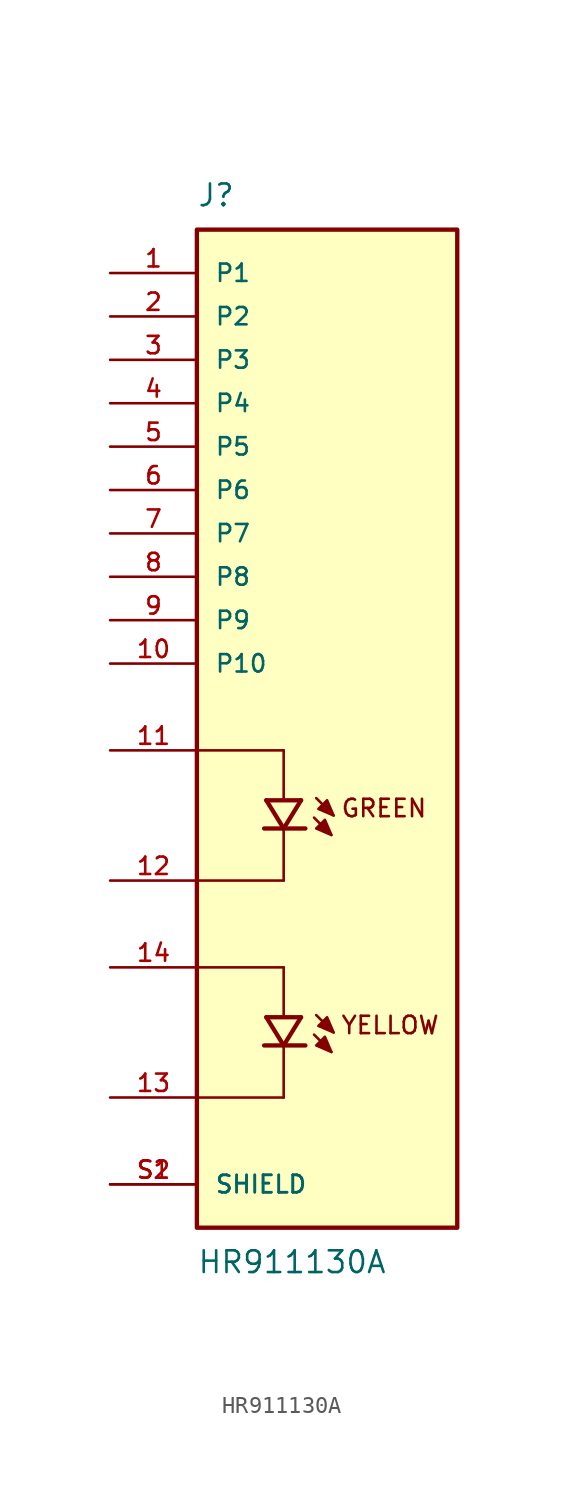
<source format=kicad_sym>
(kicad_symbol_lib
  (version 20241209)
  (generator "kicad_symbol_editor")
  (generator_version "9.0")
  (symbol "HR911130A"
    (pin_names
      (offset 1.016))
    (property "Reference" "J"
      (at -7.62 29.21 0)
      (effects (font (size 1.27 1.27)) (justify left bottom)))
    (property "Value" "HR911130A"
      (at -7.62 -31.75 0)
      (effects (font (size 1.27 1.27)) (justify left top)))
    (symbol "HR911130A_0_0"
      (polyline (pts (xy -7.62 -2.54) (xy -2.54 -2.54)) (stroke (width 0.152) (type default)) (fill (type none)))
      (polyline (pts (xy -7.62 -15.24) (xy -2.54 -15.24)) (stroke (width 0.152) (type default)) (fill (type none)))
      (rectangle (start -7.62 -30.48) (end 7.62 27.94) (stroke (width 0.254) (type default)) (fill (type background)))
      (polyline (pts (xy -3.683 -7.112) (xy -2.54 -7.112)) (stroke (width 0.254) (type default)) (fill (type none)))
      (polyline (pts (xy -3.683 -19.812) (xy -2.54 -19.812)) (stroke (width 0.254) (type default)) (fill (type none)))
      (polyline (pts (xy -3.556 -5.461) (xy -2.54 -7.112)) (stroke (width 0.254) (type default)) (fill (type none)))
      (polyline (pts (xy -3.556 -5.461) (xy -1.524 -5.461)) (stroke (width 0.254) (type default)) (fill (type none)))
      (polyline (pts (xy -3.556 -18.161) (xy -2.54 -19.812)) (stroke (width 0.254) (type default)) (fill (type none)))
      (polyline (pts (xy -3.556 -18.161) (xy -1.524 -18.161)) (stroke (width 0.254) (type default)) (fill (type none)))
      (polyline (pts (xy -2.54 -2.54) (xy -2.54 -5.334)) (stroke (width 0.152) (type default)) (fill (type none)))
      (polyline (pts (xy -2.54 -7.112) (xy -1.524 -5.461)) (stroke (width 0.254) (type default)) (fill (type none)))
      (polyline (pts (xy -2.54 -7.112) (xy -1.27 -7.112)) (stroke (width 0.254) (type default)) (fill (type none)))
      (polyline (pts (xy -2.54 -7.239) (xy -2.54 -10.16)) (stroke (width 0.152) (type default)) (fill (type none)))
      (polyline (pts (xy -2.54 -10.16) (xy -7.62 -10.16)) (stroke (width 0.152) (type default)) (fill (type none)))
      (polyline (pts (xy -2.54 -15.24) (xy -2.54 -18.034)) (stroke (width 0.152) (type default)) (fill (type none)))
      (polyline (pts (xy -2.54 -19.812) (xy -1.524 -18.161)) (stroke (width 0.254) (type default)) (fill (type none)))
      (polyline (pts (xy -2.54 -19.812) (xy -1.27 -19.812)) (stroke (width 0.254) (type default)) (fill (type none)))
      (polyline (pts (xy -2.54 -19.939) (xy -2.54 -22.86)) (stroke (width 0.152) (type default)) (fill (type none)))
      (polyline (pts (xy -2.54 -22.86) (xy -7.62 -22.86)) (stroke (width 0.152) (type default)) (fill (type none)))
      (polyline (pts (xy -0.762 -6.477) (xy 0.254 -7.493)) (stroke (width 0.152) (type default)) (fill (type none)))
      (polyline (pts (xy -0.762 -19.177) (xy 0.254 -20.193)) (stroke (width 0.152) (type default)) (fill (type none)))
      (polyline (pts (xy -0.635 -5.334) (xy 0.381 -6.35)) (stroke (width 0.152) (type default)) (fill (type none)))
      (polyline (pts (xy -0.635 -18.034) (xy 0.381 -19.05)) (stroke (width 0.152) (type default)) (fill (type none)))
      (polyline (pts (xy 0.254 -7.493) (xy -0.127 -6.604) (xy -0.635 -7.112) (xy 0.254 -7.493)) (stroke (width 0.152) (type default)) (fill (type outline)))
      (polyline (pts (xy 0.254 -20.193) (xy -0.127 -19.304) (xy -0.635 -19.812) (xy 0.254 -20.193)) (stroke (width 0.152) (type default)) (fill (type outline)))
      (polyline (pts (xy 0.381 -6.35) (xy 0 -5.461) (xy -0.508 -5.969) (xy 0.381 -6.35)) (stroke (width 0.152) (type default)) (fill (type outline)))
      (polyline (pts (xy 0.381 -19.05) (xy 0 -18.161) (xy -0.508 -18.669) (xy 0.381 -19.05)) (stroke (width 0.152) (type default)) (fill (type outline)))
      (text "GREEN" (at 0.762 -5.334 0) (effects (font (size 1.016 1.016)) (justify left top)))
      (text "YELLOW" (at 0.762 -18.034 0) (effects (font (size 1.016 1.016)) (justify left top)))
      (pin passive line (at -12.7 25.4 0) (length 5.08) (name "P1" (effects (font (size 1.016 1.016)))) (number "1" (effects (font (size 1.016 1.016)))))
      (pin passive line (at -12.7 22.86 0) (length 5.08) (name "P2" (effects (font (size 1.016 1.016)))) (number "2" (effects (font (size 1.016 1.016)))))
      (pin passive line (at -12.7 20.32 0) (length 5.08) (name "P3" (effects (font (size 1.016 1.016)))) (number "3" (effects (font (size 1.016 1.016)))))
      (pin passive line (at -12.7 17.78 0) (length 5.08) (name "P4" (effects (font (size 1.016 1.016)))) (number "4" (effects (font (size 1.016 1.016)))))
      (pin passive line (at -12.7 15.24 0) (length 5.08) (name "P5" (effects (font (size 1.016 1.016)))) (number "5" (effects (font (size 1.016 1.016)))))
      (pin passive line (at -12.7 12.7 0) (length 5.08) (name "P6" (effects (font (size 1.016 1.016)))) (number "6" (effects (font (size 1.016 1.016)))))
      (pin passive line (at -12.7 10.16 0) (length 5.08) (name "P7" (effects (font (size 1.016 1.016)))) (number "7" (effects (font (size 1.016 1.016)))))
      (pin passive line (at -12.7 7.62 0) (length 5.08) (name "P8" (effects (font (size 1.016 1.016)))) (number "8" (effects (font (size 1.016 1.016)))))
      (pin passive line (at -12.7 5.08 0) (length 5.08) (name "P9" (effects (font (size 1.016 1.016)))) (number "9" (effects (font (size 1.016 1.016)))))
      (pin passive line (at -12.7 2.54 0) (length 5.08) (name "P10" (effects (font (size 1.016 1.016)))) (number "10" (effects (font (size 1.016 1.016)))))
      (pin passive line (at -12.7 -2.54 0) (length 5.08) (name "~" (effects (font (size 1.016 1.016)))) (number "11" (effects (font (size 1.016 1.016)))))
      (pin passive line (at -12.7 -10.16 0) (length 5.08) (name "~" (effects (font (size 1.016 1.016)))) (number "12" (effects (font (size 1.016 1.016)))))
      (pin passive line (at -12.7 -15.24 0) (length 5.08) (name "~" (effects (font (size 1.016 1.016)))) (number "14" (effects (font (size 1.016 1.016)))))
      (pin passive line (at -12.7 -22.86 0) (length 5.08) (name "~" (effects (font (size 1.016 1.016)))) (number "13" (effects (font (size 1.016 1.016)))))
      (pin passive line (at -12.7 -27.94 0) (length 5.08) (name "SHIELD" (effects (font (size 1.016 1.016)))) (number "S1" (effects (font (size 1.016 1.016)))))
      (pin passive line (at -12.7 -27.94 0) (length 5.08) (name "SHIELD" (effects (font (size 1.016 1.016)))) (number "S2" (effects (font (size 1.016 1.016))))))))
</source>
